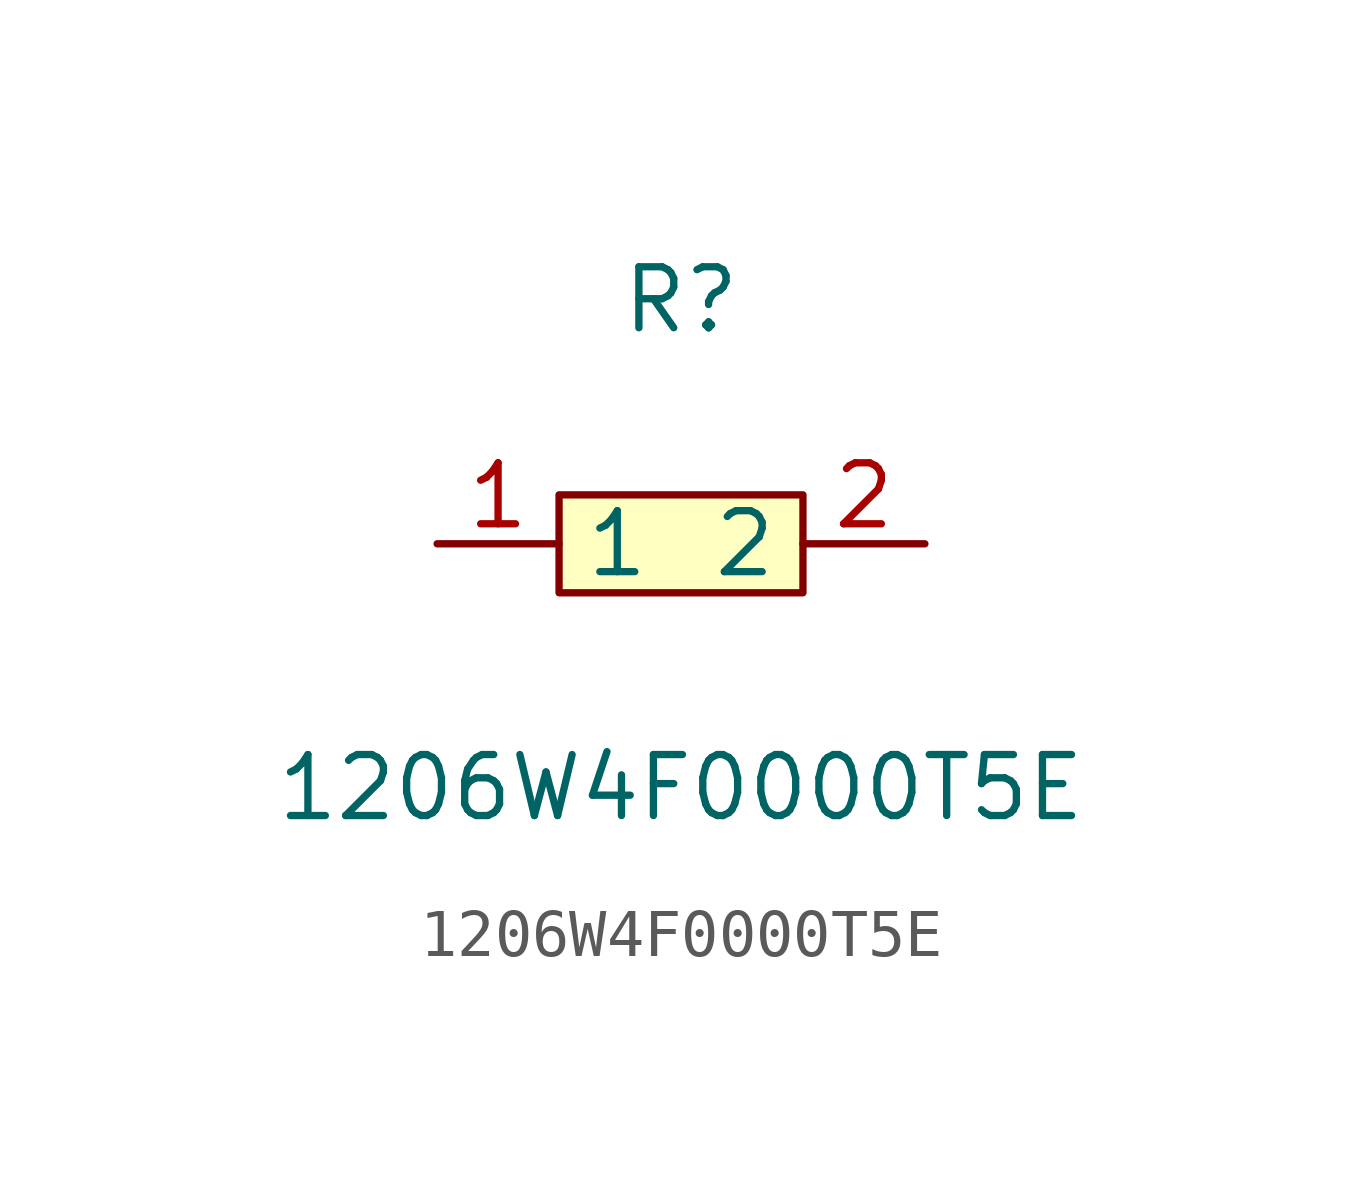
<source format=kicad_sym>
(kicad_symbol_lib
  (version 1)
  (generator "faebryk")
  (symbol "1206W4F0000T5E"
    (property "Reference" "R"
      (at 0 5.08 0)
      (effects (font (size 1.27 1.27)) (hide no)))
    (property "Value" "1206W4F0000T5E"
      (at 0 -5.08 0)
      (effects (font (size 1.27 1.27)) (hide no)))
    (symbol "1206W4F0000T5E_0_1"
      (rectangle (start -2.54 1.02) (end 2.54 -1.02) (stroke (width 0) (type default) (color 0 0 0 0)) (fill (type background)))
      (pin input line (at 5.08 0 180) (length 2.54) (name "2" (effects (font (size 1.27 1.27)) (hide no))) (number "2" (effects (font (size 1.27 1.27)) (hide no))))
      (pin input line (at -5.08 0 0) (length 2.54) (name "1" (effects (font (size 1.27 1.27)) (hide no))) (number "1" (effects (font (size 1.27 1.27)) (hide no)))))))
</source>
